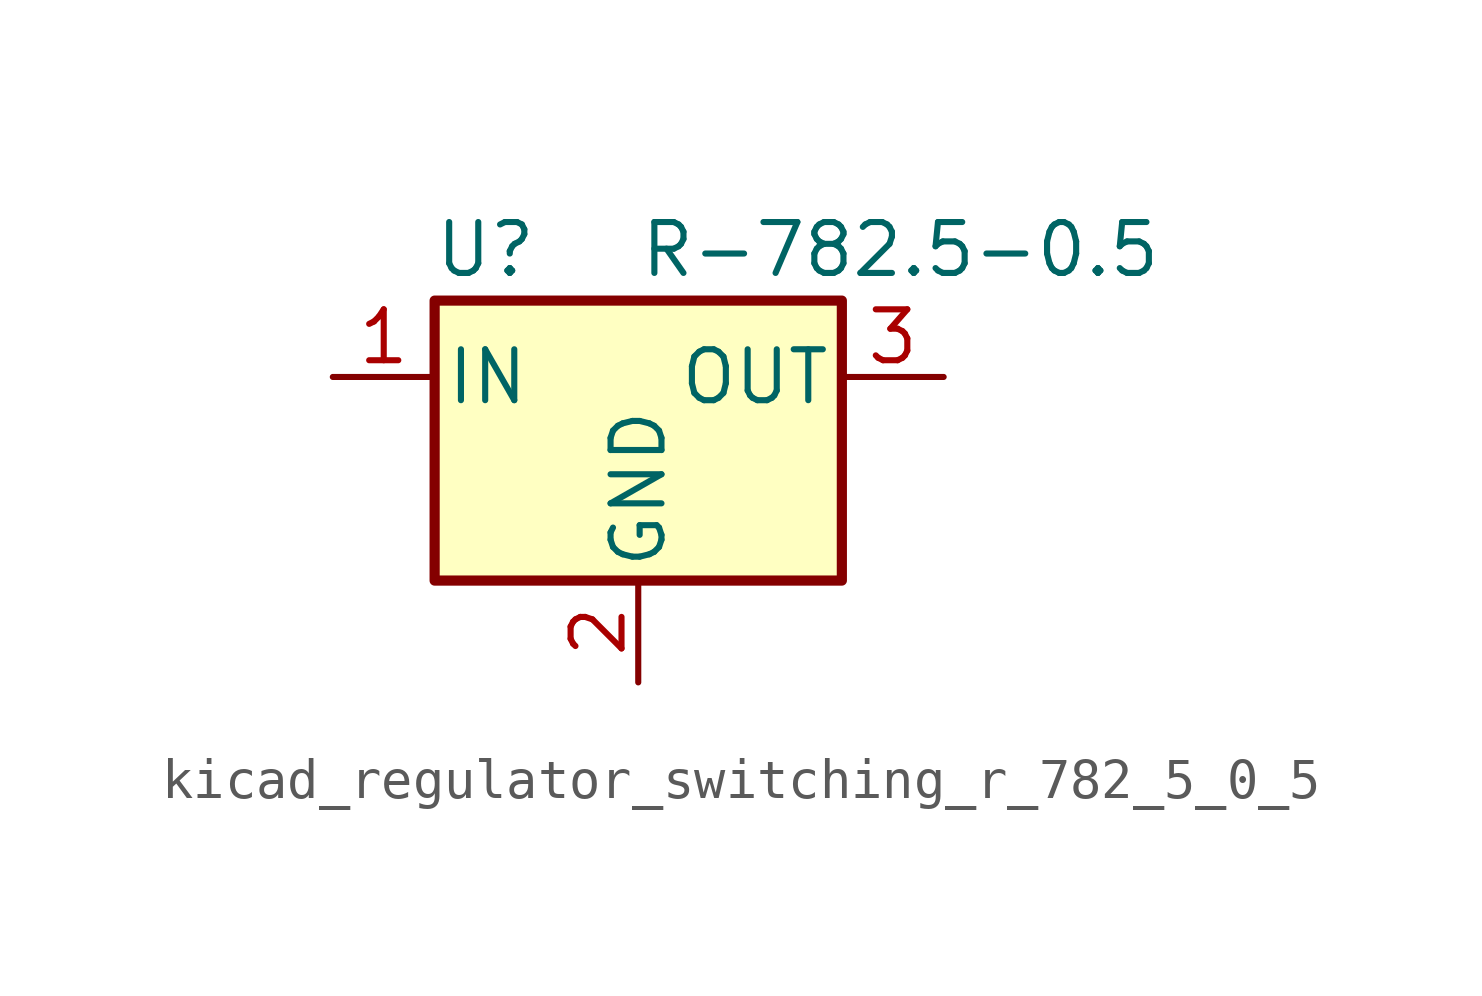
<source format=kicad_sym>
(kicad_symbol_lib
  (version 20220914)
  (generator kicad_symbol_editor)
  (symbol "kicad_regulator_switching_r_782_5_0_5"
    (pin_names
      (offset 0.254))
    (property "Reference" "U"
      (at -3.81 3.175 0)
      (effects (font (size 1.27 1.27))))
    (property "Value" "R-782.5-0.5"
      (at 0 3.175 0)
      (effects (font (size 1.27 1.27)) (justify left)))
    (symbol "kicad_regulator_switching_r_782_5_0_5_0_1"
      (rectangle (start -5.08 1.905) (end 5.08 -5.08) (stroke (width 0.254) (type default)) (fill (type background))))
    (symbol "kicad_regulator_switching_r_782_5_0_5_1_1"
      (pin power_in line (at -7.62 0 0) (length 2.54) (name "IN" (effects (font (size 1.27 1.27)))) (number "1" (effects (font (size 1.27 1.27)))))
      (pin power_in line (at 0 -7.62 90) (length 2.54) (name "GND" (effects (font (size 1.27 1.27)))) (number "2" (effects (font (size 1.27 1.27)))))
      (pin power_out line (at 7.62 0 180) (length 2.54) (name "OUT" (effects (font (size 1.27 1.27)))) (number "3" (effects (font (size 1.27 1.27))))))))
</source>
